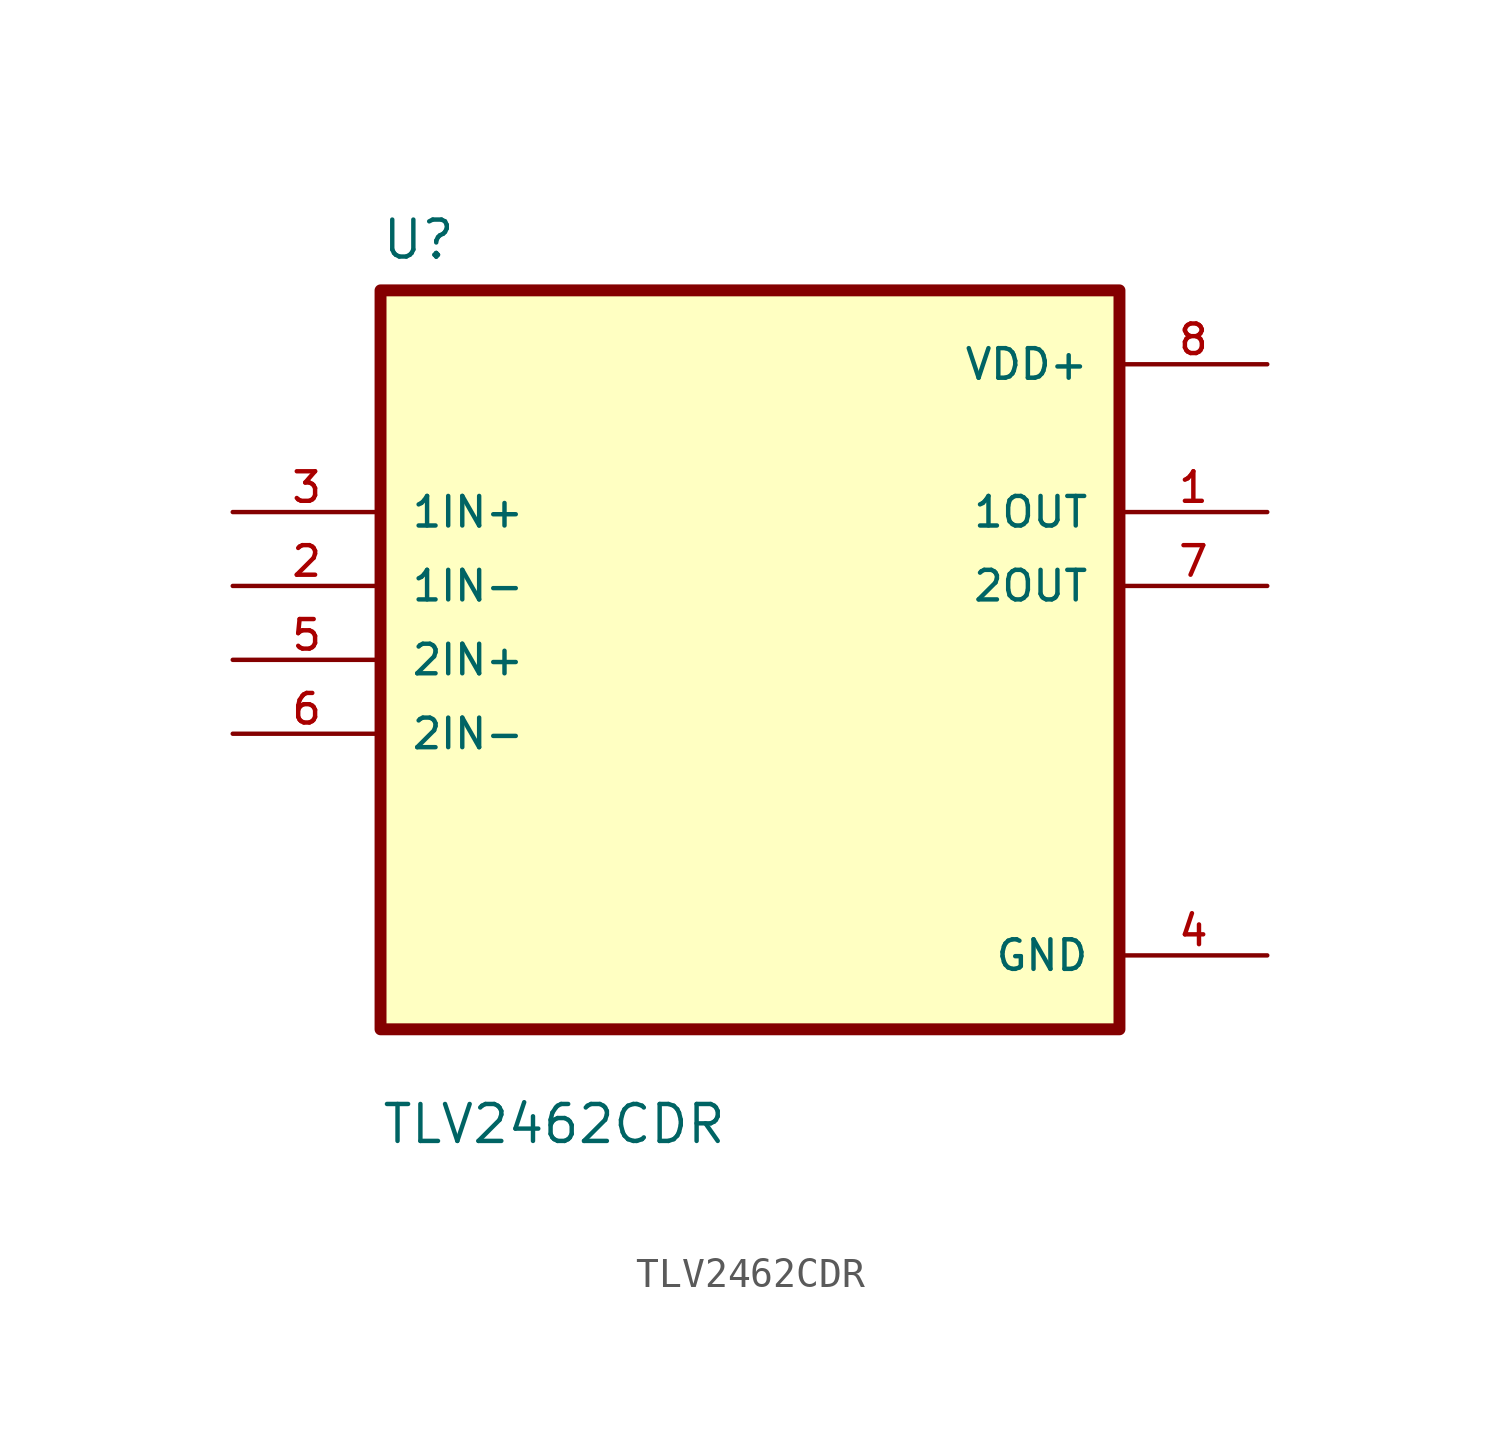
<source format=kicad_sym>
(kicad_symbol_lib
  (version 20211014)
  (generator kicad_symbol_editor)
  (symbol "TLV2462CDR"
    (pin_names
      (offset 1.016))
    (property "Reference" "U"
      (at -12.7 13.7 0.0)
      (effects (font (size 1.27 1.27)) (justify bottom left)))
    (property "Value" "TLV2462CDR"
      (at -12.7 -16.7 0.0)
      (effects (font (size 1.27 1.27)) (justify bottom left)))
    (symbol "TLV2462CDR_0_0"
      (rectangle (start -12.7 -12.7) (end 12.7 12.7) (stroke (width 0.41)) (fill (type background)))
      (pin input line (at -17.78 5.08 0) (length 5.08) (name "1IN+" (effects (font (size 1.016 1.016)))) (number "3" (effects (font (size 1.016 1.016)))))
      (pin input line (at -17.78 2.54 0) (length 5.08) (name "1IN-" (effects (font (size 1.016 1.016)))) (number "2" (effects (font (size 1.016 1.016)))))
      (pin input line (at -17.78 -8.88178e-16 0) (length 5.08) (name "2IN+" (effects (font (size 1.016 1.016)))) (number "5" (effects (font (size 1.016 1.016)))))
      (pin input line (at -17.78 -2.54 0) (length 5.08) (name "2IN-" (effects (font (size 1.016 1.016)))) (number "6" (effects (font (size 1.016 1.016)))))
      (pin power_in line (at 17.78 10.16 180.0) (length 5.08) (name "VDD+" (effects (font (size 1.016 1.016)))) (number "8" (effects (font (size 1.016 1.016)))))
      (pin output line (at 17.78 5.08 180.0) (length 5.08) (name "1OUT" (effects (font (size 1.016 1.016)))) (number "1" (effects (font (size 1.016 1.016)))))
      (pin output line (at 17.78 2.54 180.0) (length 5.08) (name "2OUT" (effects (font (size 1.016 1.016)))) (number "7" (effects (font (size 1.016 1.016)))))
      (pin power_in line (at 17.78 -10.16 180.0) (length 5.08) (name "GND" (effects (font (size 1.016 1.016)))) (number "4" (effects (font (size 1.016 1.016))))))))
</source>
